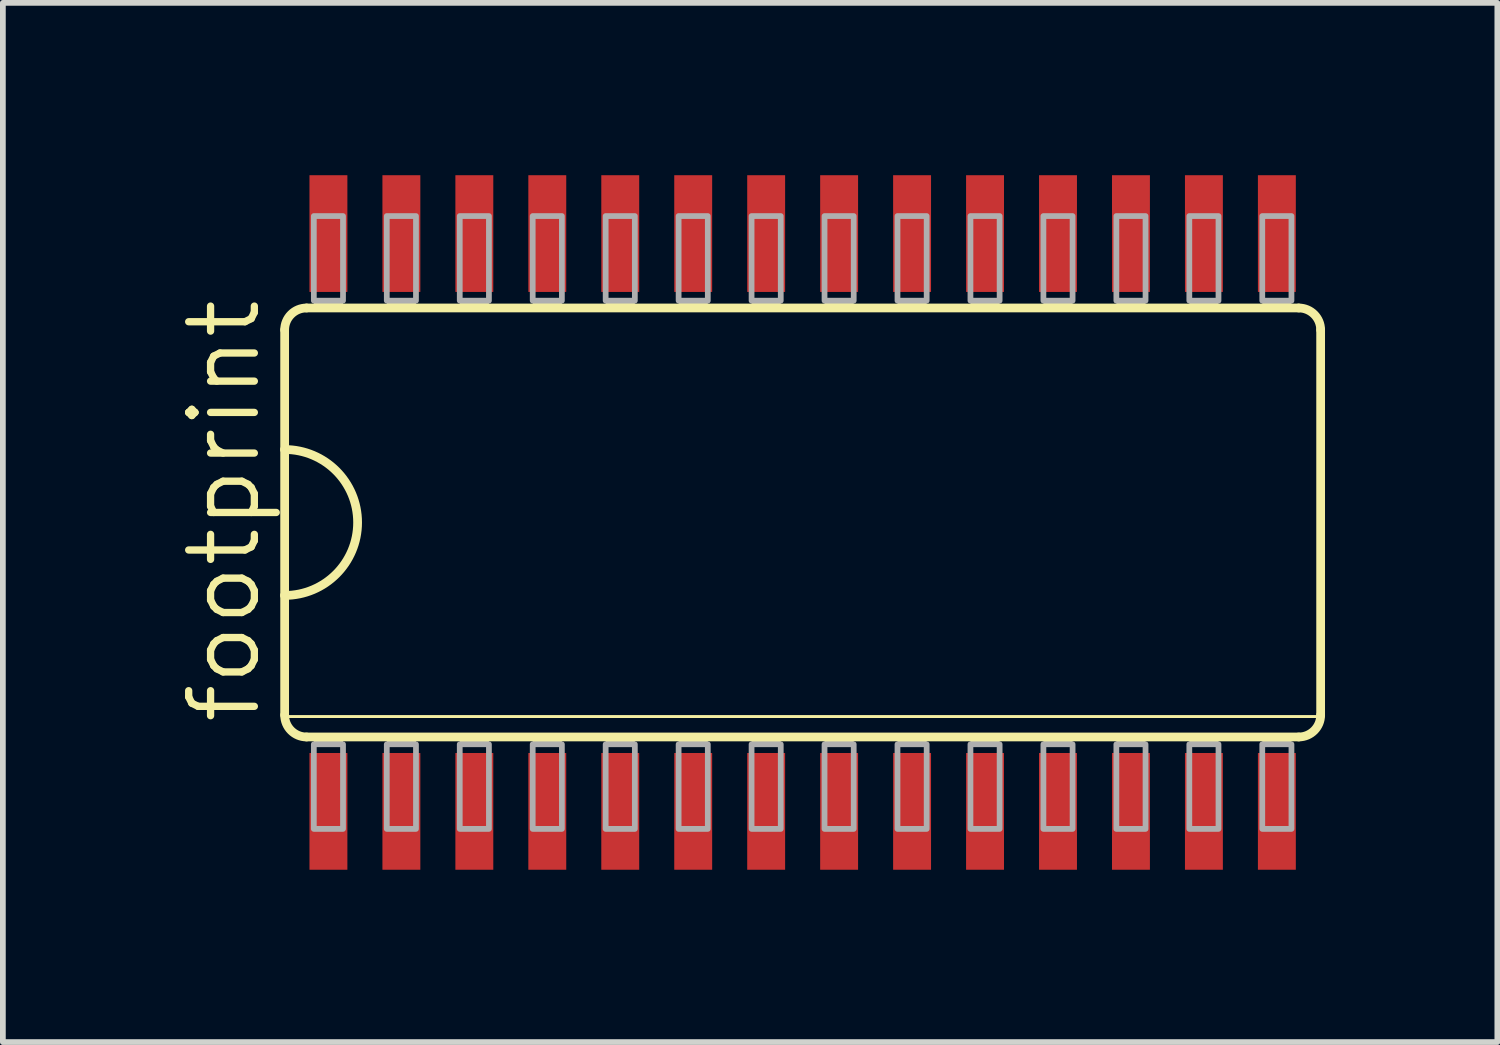
<source format=kicad_pcb>
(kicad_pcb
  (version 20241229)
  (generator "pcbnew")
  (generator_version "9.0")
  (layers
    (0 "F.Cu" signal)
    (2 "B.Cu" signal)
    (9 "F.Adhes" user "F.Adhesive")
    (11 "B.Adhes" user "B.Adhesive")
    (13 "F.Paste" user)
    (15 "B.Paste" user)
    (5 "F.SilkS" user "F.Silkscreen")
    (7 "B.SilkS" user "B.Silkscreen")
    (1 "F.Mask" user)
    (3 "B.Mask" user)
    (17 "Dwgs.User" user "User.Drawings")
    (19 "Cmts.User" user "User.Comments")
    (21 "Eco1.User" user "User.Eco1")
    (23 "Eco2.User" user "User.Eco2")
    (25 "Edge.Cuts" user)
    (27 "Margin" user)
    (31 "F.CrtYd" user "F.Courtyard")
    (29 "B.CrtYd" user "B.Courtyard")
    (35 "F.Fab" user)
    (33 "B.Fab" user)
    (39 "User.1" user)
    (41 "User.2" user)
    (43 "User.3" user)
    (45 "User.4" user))
  (footprint "footprint"
    (layer "F.Cu")
    (at 10.922 6.045)
    (property "Reference" "footprint" (at -9.398 3.556 90) (layer "F.SilkS") (effects (font (size 1.143 1.143) (thickness 0.127)) (justify left bottom)))
    (fp_line (start -9.017 -3.353) (end -9.017 -1.27) (stroke (width 0.152) (type solid)) (layer "F.SilkS"))
    (fp_line (start -9.017 -1.27) (end -9.017 1.27) (stroke (width 0.152) (type solid)) (layer "F.SilkS"))
    (fp_line (start -9.017 1.27) (end -9.017 3.353) (stroke (width 0.152) (type solid)) (layer "F.SilkS"))
    (fp_line (start -9.017 3.378) (end 9.017 3.378) (stroke (width 0.051) (type solid)) (layer "F.SilkS"))
    (fp_line (start -8.636 3.734) (end 8.636 3.734) (stroke (width 0.152) (type solid)) (layer "F.SilkS"))
    (fp_line (start 8.636 -3.734) (end -8.636 -3.734) (stroke (width 0.152) (type solid)) (layer "F.SilkS"))
    (fp_line (start 9.017 3.353) (end 9.017 -3.353) (stroke (width 0.152) (type solid)) (layer "F.SilkS"))
    (fp_arc (start -9.017 -3.3528) (mid -8.905408 -3.622208) (end -8.636 -3.7338) (stroke (width 0.1524) (type solid)) (layer "F.SilkS"))
    (fp_arc (start -9.017 -1.27) (mid -7.747 0) (end -9.017 1.27) (stroke (width 0.1524) (type solid)) (layer "F.SilkS"))
    (fp_arc (start -8.636 3.7338) (mid -8.905408 3.622208) (end -9.017 3.3528) (stroke (width 0.1524) (type solid)) (layer "F.SilkS"))
    (fp_arc (start 8.636 -3.7338) (mid 8.905408 -3.622208) (end 9.017 -3.3528) (stroke (width 0.1524) (type solid)) (layer "F.SilkS"))
    (fp_arc (start 9.017 3.3528) (mid 8.905408 3.622208) (end 8.636 3.7338) (stroke (width 0.1524) (type solid)) (layer "F.SilkS"))
    (fp_poly (pts (xy -8.509 -3.734) (xy -8.001 -3.734) (xy -8.001 -3.861) (xy -8.509 -3.861)) (stroke (width 0) (type solid)) (fill yes) (layer "F.SilkS"))
    (fp_poly (pts (xy -8.509 3.861) (xy -8.001 3.861) (xy -8.001 3.734) (xy -8.509 3.734)) (stroke (width 0) (type solid)) (fill yes) (layer "F.SilkS"))
    (fp_poly (pts (xy -7.239 -3.734) (xy -6.731 -3.734) (xy -6.731 -3.861) (xy -7.239 -3.861)) (stroke (width 0) (type solid)) (fill yes) (layer "F.SilkS"))
    (fp_poly (pts (xy -7.239 3.861) (xy -6.731 3.861) (xy -6.731 3.734) (xy -7.239 3.734)) (stroke (width 0) (type solid)) (fill yes) (layer "F.SilkS"))
    (fp_poly (pts (xy -5.969 -3.734) (xy -5.461 -3.734) (xy -5.461 -3.861) (xy -5.969 -3.861)) (stroke (width 0) (type solid)) (fill yes) (layer "F.SilkS"))
    (fp_poly (pts (xy -5.969 3.861) (xy -5.461 3.861) (xy -5.461 3.734) (xy -5.969 3.734)) (stroke (width 0) (type solid)) (fill yes) (layer "F.SilkS"))
    (fp_poly (pts (xy -4.699 -3.734) (xy -4.191 -3.734) (xy -4.191 -3.861) (xy -4.699 -3.861)) (stroke (width 0) (type solid)) (fill yes) (layer "F.SilkS"))
    (fp_poly (pts (xy -4.699 3.861) (xy -4.191 3.861) (xy -4.191 3.734) (xy -4.699 3.734)) (stroke (width 0) (type solid)) (fill yes) (layer "F.SilkS"))
    (fp_poly (pts (xy -3.429 -3.734) (xy -2.921 -3.734) (xy -2.921 -3.861) (xy -3.429 -3.861)) (stroke (width 0) (type solid)) (fill yes) (layer "F.SilkS"))
    (fp_poly (pts (xy -3.429 3.861) (xy -2.921 3.861) (xy -2.921 3.734) (xy -3.429 3.734)) (stroke (width 0) (type solid)) (fill yes) (layer "F.SilkS"))
    (fp_poly (pts (xy -2.159 -3.734) (xy -1.651 -3.734) (xy -1.651 -3.861) (xy -2.159 -3.861)) (stroke (width 0) (type solid)) (fill yes) (layer "F.SilkS"))
    (fp_poly (pts (xy -2.159 3.861) (xy -1.651 3.861) (xy -1.651 3.734) (xy -2.159 3.734)) (stroke (width 0) (type solid)) (fill yes) (layer "F.SilkS"))
    (fp_poly (pts (xy -0.889 -3.734) (xy -0.381 -3.734) (xy -0.381 -3.861) (xy -0.889 -3.861)) (stroke (width 0) (type solid)) (fill yes) (layer "F.SilkS"))
    (fp_poly (pts (xy -0.889 3.861) (xy -0.381 3.861) (xy -0.381 3.734) (xy -0.889 3.734)) (stroke (width 0) (type solid)) (fill yes) (layer "F.SilkS"))
    (fp_poly (pts (xy 0.381 -3.734) (xy 0.889 -3.734) (xy 0.889 -3.861) (xy 0.381 -3.861)) (stroke (width 0) (type solid)) (fill yes) (layer "F.SilkS"))
    (fp_poly (pts (xy 0.381 3.861) (xy 0.889 3.861) (xy 0.889 3.734) (xy 0.381 3.734)) (stroke (width 0) (type solid)) (fill yes) (layer "F.SilkS"))
    (fp_poly (pts (xy 1.651 -3.734) (xy 2.159 -3.734) (xy 2.159 -3.861) (xy 1.651 -3.861)) (stroke (width 0) (type solid)) (fill yes) (layer "F.SilkS"))
    (fp_poly (pts (xy 1.651 3.861) (xy 2.159 3.861) (xy 2.159 3.734) (xy 1.651 3.734)) (stroke (width 0) (type solid)) (fill yes) (layer "F.SilkS"))
    (fp_poly (pts (xy 2.921 -3.734) (xy 3.429 -3.734) (xy 3.429 -3.861) (xy 2.921 -3.861)) (stroke (width 0) (type solid)) (fill yes) (layer "F.SilkS"))
    (fp_poly (pts (xy 2.921 3.861) (xy 3.429 3.861) (xy 3.429 3.734) (xy 2.921 3.734)) (stroke (width 0) (type solid)) (fill yes) (layer "F.SilkS"))
    (fp_poly (pts (xy 4.191 -3.734) (xy 4.699 -3.734) (xy 4.699 -3.861) (xy 4.191 -3.861)) (stroke (width 0) (type solid)) (fill yes) (layer "F.SilkS"))
    (fp_poly (pts (xy 4.191 3.861) (xy 4.699 3.861) (xy 4.699 3.734) (xy 4.191 3.734)) (stroke (width 0) (type solid)) (fill yes) (layer "F.SilkS"))
    (fp_poly (pts (xy 5.461 -3.734) (xy 5.969 -3.734) (xy 5.969 -3.861) (xy 5.461 -3.861)) (stroke (width 0) (type solid)) (fill yes) (layer "F.SilkS"))
    (fp_poly (pts (xy 5.461 3.861) (xy 5.969 3.861) (xy 5.969 3.734) (xy 5.461 3.734)) (stroke (width 0) (type solid)) (fill yes) (layer "F.SilkS"))
    (fp_poly (pts (xy 6.731 -3.734) (xy 7.239 -3.734) (xy 7.239 -3.861) (xy 6.731 -3.861)) (stroke (width 0) (type solid)) (fill yes) (layer "F.SilkS"))
    (fp_poly (pts (xy 6.731 3.861) (xy 7.239 3.861) (xy 7.239 3.734) (xy 6.731 3.734)) (stroke (width 0) (type solid)) (fill yes) (layer "F.SilkS"))
    (fp_poly (pts (xy 8.001 -3.734) (xy 8.509 -3.734) (xy 8.509 -3.861) (xy 8.001 -3.861)) (stroke (width 0) (type solid)) (fill yes) (layer "F.SilkS"))
    (fp_poly (pts (xy 8.001 3.861) (xy 8.509 3.861) (xy 8.509 3.734) (xy 8.001 3.734)) (stroke (width 0) (type solid)) (fill yes) (layer "F.SilkS"))
    (fp_poly (pts (xy -8.509 -3.861) (xy -8.001 -3.861) (xy -8.001 -5.334) (xy -8.509 -5.334)) (stroke (width 0.1) (type solid)) (fill no) (layer "F.Fab"))
    (fp_poly (pts (xy -8.509 5.334) (xy -8.001 5.334) (xy -8.001 3.861) (xy -8.509 3.861)) (stroke (width 0.1) (type solid)) (fill no) (layer "F.Fab"))
    (fp_poly (pts (xy -7.239 -3.861) (xy -6.731 -3.861) (xy -6.731 -5.334) (xy -7.239 -5.334)) (stroke (width 0.1) (type solid)) (fill no) (layer "F.Fab"))
    (fp_poly (pts (xy -7.239 5.334) (xy -6.731 5.334) (xy -6.731 3.861) (xy -7.239 3.861)) (stroke (width 0.1) (type solid)) (fill no) (layer "F.Fab"))
    (fp_poly (pts (xy -5.969 -3.861) (xy -5.461 -3.861) (xy -5.461 -5.334) (xy -5.969 -5.334)) (stroke (width 0.1) (type solid)) (fill no) (layer "F.Fab"))
    (fp_poly (pts (xy -5.969 5.334) (xy -5.461 5.334) (xy -5.461 3.861) (xy -5.969 3.861)) (stroke (width 0.1) (type solid)) (fill no) (layer "F.Fab"))
    (fp_poly (pts (xy -4.699 -3.861) (xy -4.191 -3.861) (xy -4.191 -5.334) (xy -4.699 -5.334)) (stroke (width 0.1) (type solid)) (fill no) (layer "F.Fab"))
    (fp_poly (pts (xy -4.699 5.334) (xy -4.191 5.334) (xy -4.191 3.861) (xy -4.699 3.861)) (stroke (width 0.1) (type solid)) (fill no) (layer "F.Fab"))
    (fp_poly (pts (xy -3.429 -3.861) (xy -2.921 -3.861) (xy -2.921 -5.334) (xy -3.429 -5.334)) (stroke (width 0.1) (type solid)) (fill no) (layer "F.Fab"))
    (fp_poly (pts (xy -3.429 5.334) (xy -2.921 5.334) (xy -2.921 3.861) (xy -3.429 3.861)) (stroke (width 0.1) (type solid)) (fill no) (layer "F.Fab"))
    (fp_poly (pts (xy -2.159 -3.861) (xy -1.651 -3.861) (xy -1.651 -5.334) (xy -2.159 -5.334)) (stroke (width 0.1) (type solid)) (fill no) (layer "F.Fab"))
    (fp_poly (pts (xy -2.159 5.334) (xy -1.651 5.334) (xy -1.651 3.861) (xy -2.159 3.861)) (stroke (width 0.1) (type solid)) (fill no) (layer "F.Fab"))
    (fp_poly (pts (xy -0.889 -3.861) (xy -0.381 -3.861) (xy -0.381 -5.334) (xy -0.889 -5.334)) (stroke (width 0.1) (type solid)) (fill no) (layer "F.Fab"))
    (fp_poly (pts (xy -0.889 5.334) (xy -0.381 5.334) (xy -0.381 3.861) (xy -0.889 3.861)) (stroke (width 0.1) (type solid)) (fill no) (layer "F.Fab"))
    (fp_poly (pts (xy 0.381 -3.861) (xy 0.889 -3.861) (xy 0.889 -5.334) (xy 0.381 -5.334)) (stroke (width 0.1) (type solid)) (fill no) (layer "F.Fab"))
    (fp_poly (pts (xy 0.381 5.334) (xy 0.889 5.334) (xy 0.889 3.861) (xy 0.381 3.861)) (stroke (width 0.1) (type solid)) (fill no) (layer "F.Fab"))
    (fp_poly (pts (xy 1.651 -3.861) (xy 2.159 -3.861) (xy 2.159 -5.334) (xy 1.651 -5.334)) (stroke (width 0.1) (type solid)) (fill no) (layer "F.Fab"))
    (fp_poly (pts (xy 1.651 5.334) (xy 2.159 5.334) (xy 2.159 3.861) (xy 1.651 3.861)) (stroke (width 0.1) (type solid)) (fill no) (layer "F.Fab"))
    (fp_poly (pts (xy 2.921 -3.861) (xy 3.429 -3.861) (xy 3.429 -5.334) (xy 2.921 -5.334)) (stroke (width 0.1) (type solid)) (fill no) (layer "F.Fab"))
    (fp_poly (pts (xy 2.921 5.334) (xy 3.429 5.334) (xy 3.429 3.861) (xy 2.921 3.861)) (stroke (width 0.1) (type solid)) (fill no) (layer "F.Fab"))
    (fp_poly (pts (xy 4.191 -3.861) (xy 4.699 -3.861) (xy 4.699 -5.334) (xy 4.191 -5.334)) (stroke (width 0.1) (type solid)) (fill no) (layer "F.Fab"))
    (fp_poly (pts (xy 4.191 5.334) (xy 4.699 5.334) (xy 4.699 3.861) (xy 4.191 3.861)) (stroke (width 0.1) (type solid)) (fill no) (layer "F.Fab"))
    (fp_poly (pts (xy 5.461 -3.861) (xy 5.969 -3.861) (xy 5.969 -5.334) (xy 5.461 -5.334)) (stroke (width 0.1) (type solid)) (fill no) (layer "F.Fab"))
    (fp_poly (pts (xy 5.461 5.334) (xy 5.969 5.334) (xy 5.969 3.861) (xy 5.461 3.861)) (stroke (width 0.1) (type solid)) (fill no) (layer "F.Fab"))
    (fp_poly (pts (xy 6.731 -3.861) (xy 7.239 -3.861) (xy 7.239 -5.334) (xy 6.731 -5.334)) (stroke (width 0.1) (type solid)) (fill no) (layer "F.Fab"))
    (fp_poly (pts (xy 6.731 5.334) (xy 7.239 5.334) (xy 7.239 3.861) (xy 6.731 3.861)) (stroke (width 0.1) (type solid)) (fill no) (layer "F.Fab"))
    (fp_poly (pts (xy 8.001 -3.861) (xy 8.509 -3.861) (xy 8.509 -5.334) (xy 8.001 -5.334)) (stroke (width 0.1) (type solid)) (fill no) (layer "F.Fab"))
    (fp_poly (pts (xy 8.001 5.334) (xy 8.509 5.334) (xy 8.509 3.861) (xy 8.001 3.861)) (stroke (width 0.1) (type solid)) (fill no) (layer "F.Fab"))
    (pad "1" smd rect (at -8.255 5.029) (size 0.66 2.032) (layers "F.Cu" "F.Mask" "F.Paste"))
    (pad "2" smd rect (at -6.985 5.029) (size 0.66 2.032) (layers "F.Cu" "F.Mask" "F.Paste"))
    (pad "3" smd rect (at -5.715 5.029) (size 0.66 2.032) (layers "F.Cu" "F.Mask" "F.Paste"))
    (pad "4" smd rect (at -4.445 5.029) (size 0.66 2.032) (layers "F.Cu" "F.Mask" "F.Paste"))
    (pad "5" smd rect (at -3.175 5.029) (size 0.66 2.032) (layers "F.Cu" "F.Mask" "F.Paste"))
    (pad "6" smd rect (at -1.905 5.029) (size 0.66 2.032) (layers "F.Cu" "F.Mask" "F.Paste"))
    (pad "7" smd rect (at -0.635 5.029) (size 0.66 2.032) (layers "F.Cu" "F.Mask" "F.Paste"))
    (pad "8" smd rect (at 0.635 5.029) (size 0.66 2.032) (layers "F.Cu" "F.Mask" "F.Paste"))
    (pad "9" smd rect (at 1.905 5.029) (size 0.66 2.032) (layers "F.Cu" "F.Mask" "F.Paste"))
    (pad "10" smd rect (at 3.175 5.029) (size 0.66 2.032) (layers "F.Cu" "F.Mask" "F.Paste"))
    (pad "11" smd rect (at 4.445 5.029) (size 0.66 2.032) (layers "F.Cu" "F.Mask" "F.Paste"))
    (pad "12" smd rect (at 5.715 5.029) (size 0.66 2.032) (layers "F.Cu" "F.Mask" "F.Paste"))
    (pad "13" smd rect (at 6.985 5.029) (size 0.66 2.032) (layers "F.Cu" "F.Mask" "F.Paste"))
    (pad "14" smd rect (at 8.255 5.029) (size 0.66 2.032) (layers "F.Cu" "F.Mask" "F.Paste"))
    (pad "15" smd rect (at 8.255 -5.029) (size 0.66 2.032) (layers "F.Cu" "F.Mask" "F.Paste"))
    (pad "16" smd rect (at 6.985 -5.029) (size 0.66 2.032) (layers "F.Cu" "F.Mask" "F.Paste"))
    (pad "17" smd rect (at 5.715 -5.029) (size 0.66 2.032) (layers "F.Cu" "F.Mask" "F.Paste"))
    (pad "18" smd rect (at 4.445 -5.029) (size 0.66 2.032) (layers "F.Cu" "F.Mask" "F.Paste"))
    (pad "19" smd rect (at 3.175 -5.029) (size 0.66 2.032) (layers "F.Cu" "F.Mask" "F.Paste"))
    (pad "20" smd rect (at 1.905 -5.029) (size 0.66 2.032) (layers "F.Cu" "F.Mask" "F.Paste"))
    (pad "21" smd rect (at 0.635 -5.029) (size 0.66 2.032) (layers "F.Cu" "F.Mask" "F.Paste"))
    (pad "22" smd rect (at -0.635 -5.029) (size 0.66 2.032) (layers "F.Cu" "F.Mask" "F.Paste"))
    (pad "23" smd rect (at -1.905 -5.029) (size 0.66 2.032) (layers "F.Cu" "F.Mask" "F.Paste"))
    (pad "24" smd rect (at -3.175 -5.029) (size 0.66 2.032) (layers "F.Cu" "F.Mask" "F.Paste"))
    (pad "25" smd rect (at -4.445 -5.029) (size 0.66 2.032) (layers "F.Cu" "F.Mask" "F.Paste"))
    (pad "26" smd rect (at -5.715 -5.029) (size 0.66 2.032) (layers "F.Cu" "F.Mask" "F.Paste"))
    (pad "27" smd rect (at -6.985 -5.029) (size 0.66 2.032) (layers "F.Cu" "F.Mask" "F.Paste"))
    (pad "28" smd rect (at -8.255 -5.029) (size 0.66 2.032) (layers "F.Cu" "F.Mask" "F.Paste")))
  (gr_rect
    (start -3 -3)
    (end 23.015 15.09)
    (stroke (width 0.1) (type default))
    (fill no)
    (layer "Edge.Cuts")))
</source>
